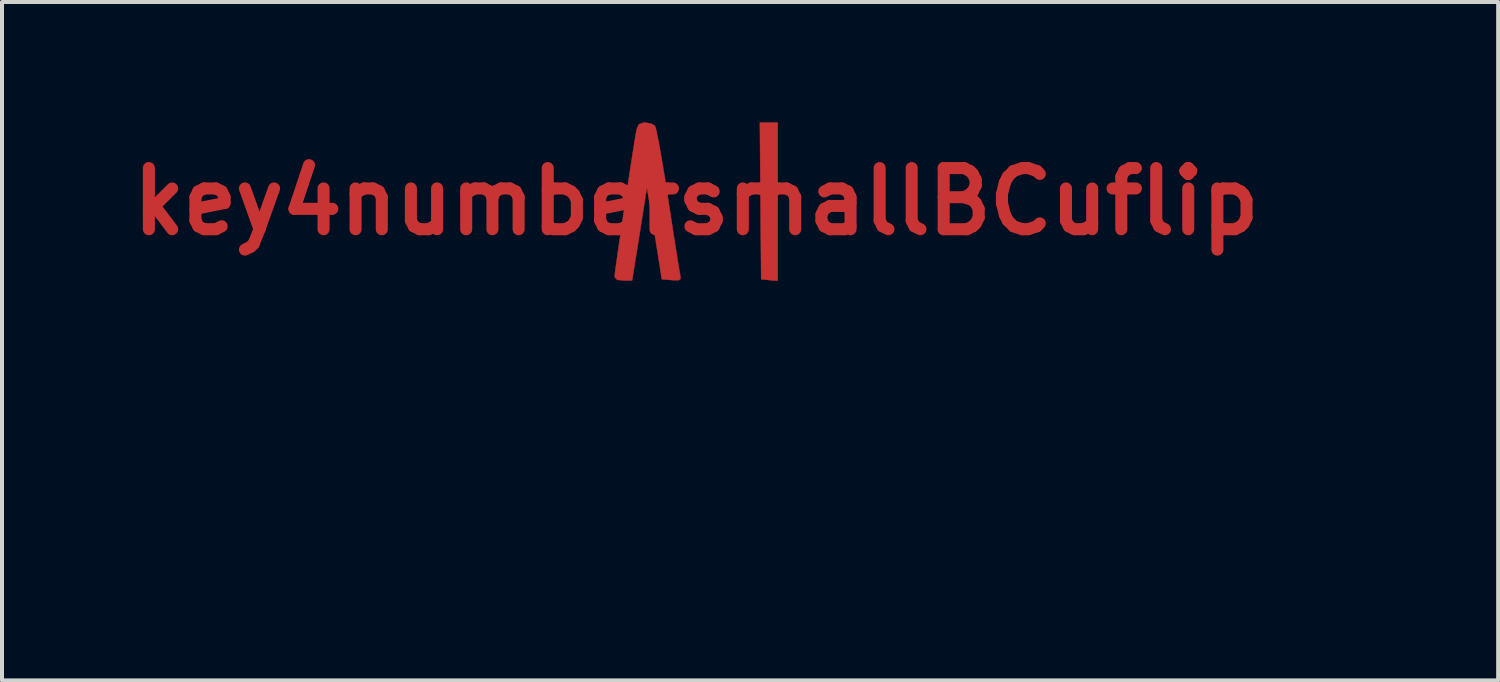
<source format=kicad_pcb>
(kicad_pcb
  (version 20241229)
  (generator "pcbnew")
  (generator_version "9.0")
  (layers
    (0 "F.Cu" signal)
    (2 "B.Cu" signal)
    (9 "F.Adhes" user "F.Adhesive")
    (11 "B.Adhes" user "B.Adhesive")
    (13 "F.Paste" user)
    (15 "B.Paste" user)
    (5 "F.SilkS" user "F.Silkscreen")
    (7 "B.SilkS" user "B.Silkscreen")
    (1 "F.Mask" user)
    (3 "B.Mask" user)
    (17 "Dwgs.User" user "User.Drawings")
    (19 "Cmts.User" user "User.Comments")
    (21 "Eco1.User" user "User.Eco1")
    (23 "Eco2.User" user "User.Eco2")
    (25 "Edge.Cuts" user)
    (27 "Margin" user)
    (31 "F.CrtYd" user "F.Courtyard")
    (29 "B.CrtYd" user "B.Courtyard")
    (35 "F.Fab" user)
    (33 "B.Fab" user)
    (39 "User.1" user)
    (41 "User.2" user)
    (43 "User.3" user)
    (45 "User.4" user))
  (footprint "key4numbersmallBMaskflip"
    (layer "F.Cu")
    (at 15.646 8.937)
    (property "Reference" "key4numbersmallBMaskflip" (at 0 0 0) (layer "B.Mask") (effects (font (size 1.524 1.524) (thickness 0.3))))
    (attr through_hole)
    (fp_poly (pts (xy 1.826 -1.957) (xy 1.619 -1.937) (xy 1.602 0.016) (xy 1.586 1.968) (xy 2.032 1.968) (xy 2.032 -1.977) (xy 1.826 -1.957)) (stroke (width 0.01) (type solid)) (fill yes) (layer "B.Mask"))
    (fp_poly (pts (xy -1.969 -1.951) (xy -2.028 -1.89) (xy -2.032 -1.856) (xy -2.023 -1.767) (xy -1.997 -1.574) (xy -1.958 -1.294) (xy -1.908 -0.949) (xy -1.851 -0.558) (xy -1.789 -0.142) (xy -1.726 0.28) (xy -1.664 0.688) (xy -1.606 1.062) (xy -1.556 1.381) (xy -1.516 1.626) (xy -1.49 1.777) (xy -1.487 1.794) (xy -1.432 1.925) (xy -1.316 1.967) (xy -1.273 1.968) (xy -1.119 1.942) (xy -1.03 1.889) (xy -1.004 1.808) (xy -0.963 1.617) (xy -0.909 1.335) (xy -0.847 0.978) (xy -0.778 0.564) (xy -0.707 0.108) (xy -0.7 0.064) (xy -0.629 -0.399) (xy -0.563 -0.827) (xy -0.504 -1.201) (xy -0.456 -1.504) (xy -0.42 -1.719) (xy -0.4 -1.827) (xy -0.4 -1.83) (xy -0.388 -1.924) (xy -0.436 -1.961) (xy -0.572 -1.96) (xy -0.611 -1.957) (xy -0.857 -1.937) (xy -0.968 -1.238) (xy -1.023 -0.896) (xy -1.08 -0.545) (xy -1.131 -0.236) (xy -1.154 -0.095) (xy -1.23 0.349) (xy -1.344 -0.381) (xy -1.399 -0.725) (xy -1.454 -1.074) (xy -1.503 -1.379) (xy -1.529 -1.54) (xy -1.599 -1.968) (xy -1.815 -1.968) (xy -1.969 -1.951)) (stroke (width 0.01) (type solid)) (fill yes) (layer "B.Mask")))
  (footprint "key4numbersmallBCuflip"
    (layer "F.Cu")
    (at 14.304 1.974)
    (property "Reference" "key4numbersmallBCuflip" (at 0 0 0) (layer "F.Cu") (effects (font (size 1.524 1.524) (thickness 0.3))))
    (attr through_hole)
    (fp_poly (pts (xy 1.826 1.957) (xy 1.619 1.937) (xy 1.602 -0.016) (xy 1.586 -1.968) (xy 2.032 -1.968) (xy 2.032 1.977) (xy 1.826 1.957)) (stroke (width 0.01) (type solid)) (fill yes) (layer "F.Cu"))
    (fp_poly (pts (xy -1.969 1.951) (xy -2.028 1.89) (xy -2.032 1.856) (xy -2.023 1.767) (xy -1.997 1.574) (xy -1.958 1.294) (xy -1.908 0.949) (xy -1.851 0.558) (xy -1.789 0.142) (xy -1.726 -0.28) (xy -1.664 -0.688) (xy -1.606 -1.062) (xy -1.556 -1.381) (xy -1.516 -1.626) (xy -1.49 -1.777) (xy -1.487 -1.794) (xy -1.432 -1.925) (xy -1.316 -1.967) (xy -1.273 -1.968) (xy -1.119 -1.942) (xy -1.03 -1.889) (xy -1.004 -1.808) (xy -0.963 -1.617) (xy -0.909 -1.335) (xy -0.847 -0.978) (xy -0.778 -0.564) (xy -0.707 -0.108) (xy -0.7 -0.064) (xy -0.629 0.399) (xy -0.563 0.827) (xy -0.504 1.201) (xy -0.456 1.504) (xy -0.42 1.719) (xy -0.4 1.827) (xy -0.4 1.83) (xy -0.388 1.924) (xy -0.436 1.961) (xy -0.572 1.96) (xy -0.611 1.957) (xy -0.857 1.937) (xy -0.968 1.238) (xy -1.023 0.896) (xy -1.08 0.545) (xy -1.131 0.236) (xy -1.154 0.095) (xy -1.23 -0.349) (xy -1.344 0.381) (xy -1.399 0.725) (xy -1.454 1.074) (xy -1.503 1.379) (xy -1.529 1.54) (xy -1.599 1.968) (xy -1.815 1.968) (xy -1.969 1.951)) (stroke (width 0.01) (type solid)) (fill yes) (layer "F.Cu")))
  (gr_rect
    (start -3 -3)
    (end 34.293 13.91)
    (stroke (width 0.1) (type default))
    (fill no)
    (layer "Edge.Cuts")))
</source>
